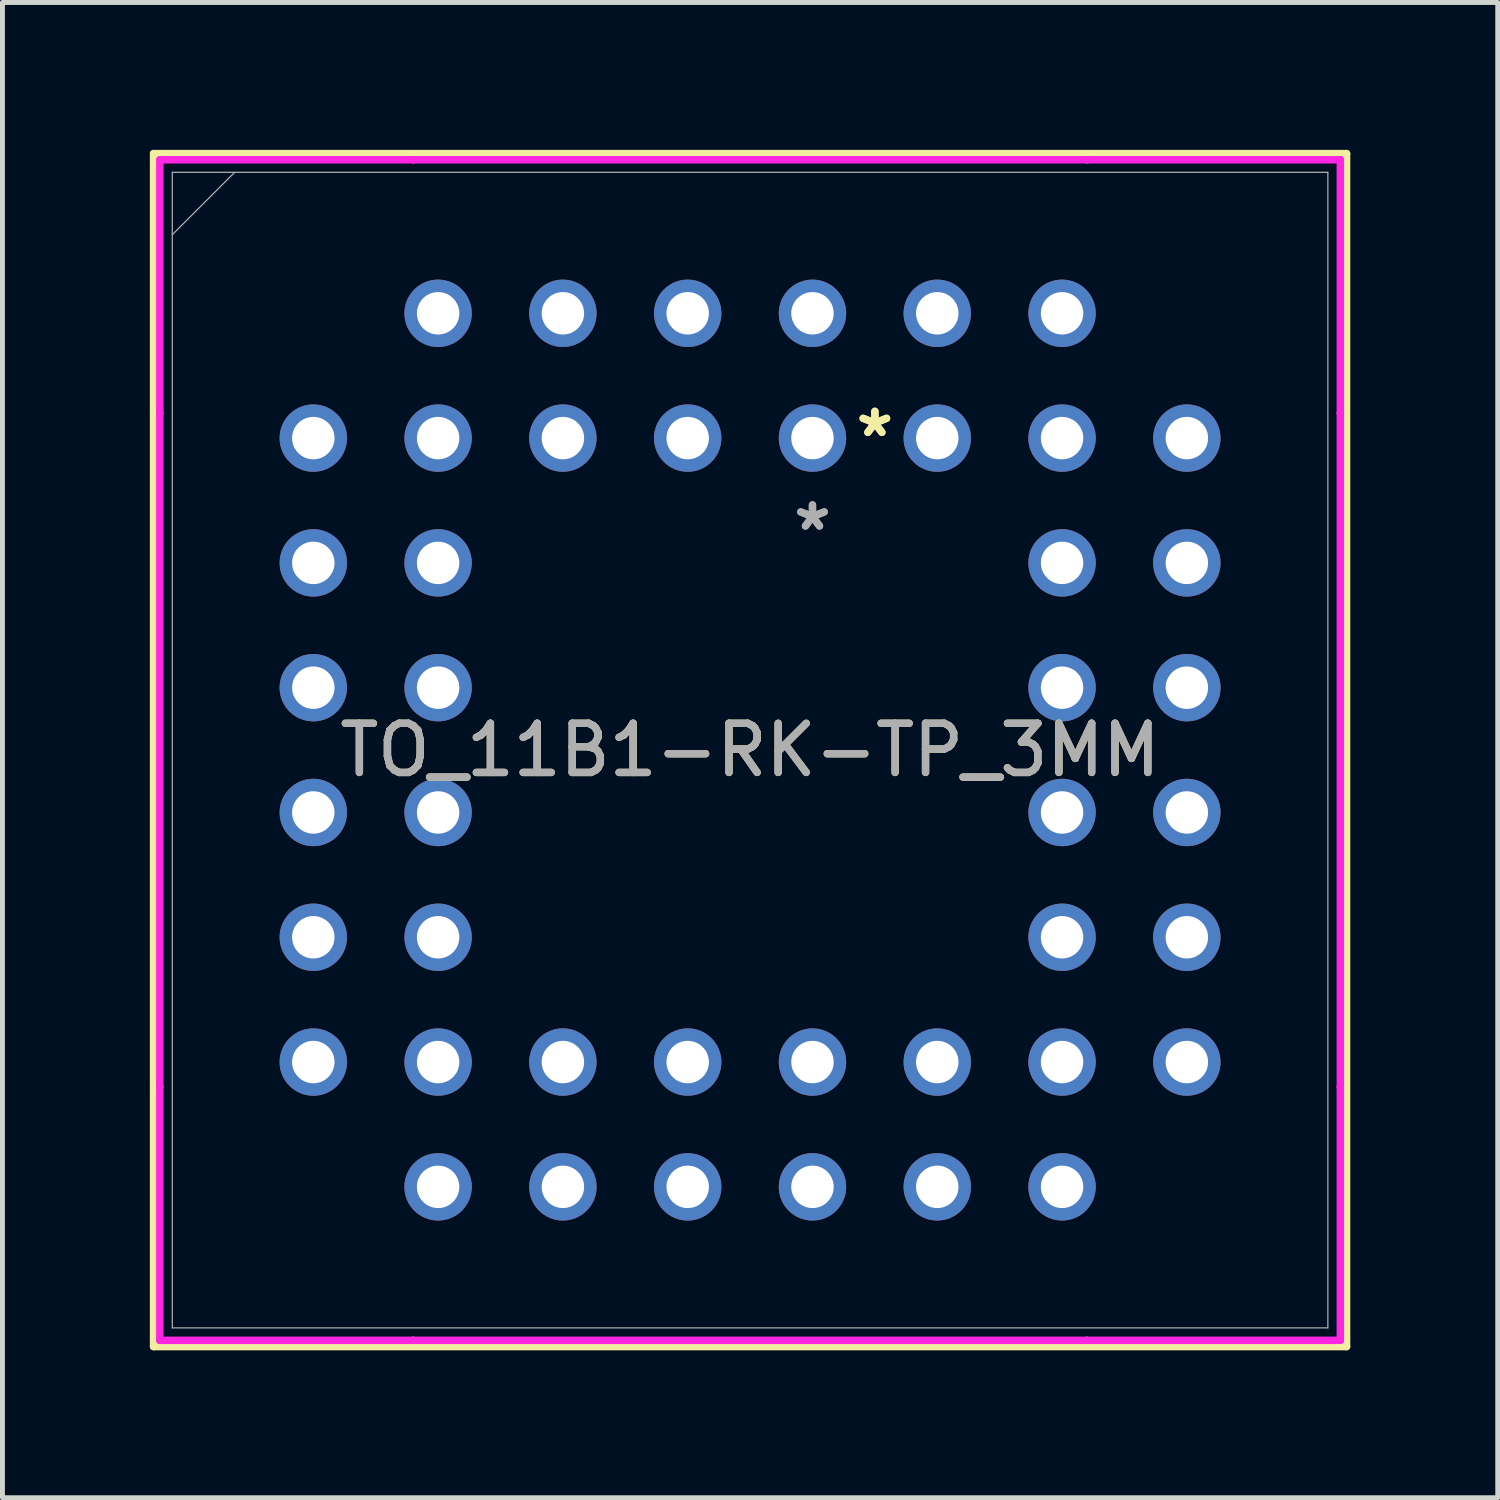
<source format=kicad_pcb>
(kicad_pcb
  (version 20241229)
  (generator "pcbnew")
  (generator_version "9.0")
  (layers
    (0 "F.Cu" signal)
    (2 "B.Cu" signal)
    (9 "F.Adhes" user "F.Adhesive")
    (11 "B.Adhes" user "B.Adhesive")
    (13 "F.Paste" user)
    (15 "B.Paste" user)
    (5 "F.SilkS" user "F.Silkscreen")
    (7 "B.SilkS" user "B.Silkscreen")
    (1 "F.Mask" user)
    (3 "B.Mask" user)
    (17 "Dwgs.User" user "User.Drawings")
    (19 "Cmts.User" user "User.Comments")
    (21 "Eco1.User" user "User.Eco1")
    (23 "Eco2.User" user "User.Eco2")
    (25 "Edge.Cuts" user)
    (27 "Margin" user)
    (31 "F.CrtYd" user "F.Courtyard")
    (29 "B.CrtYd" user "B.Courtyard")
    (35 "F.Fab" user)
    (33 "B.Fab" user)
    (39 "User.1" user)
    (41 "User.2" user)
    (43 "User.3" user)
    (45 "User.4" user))
  (footprint "TO_11B1-RK-TP_3MM"
    (layer "F.Cu")
    (at 13.487 5.867)
    (property "Reference" "TO_11B1-RK-TP_3MM" (at -1.27 6.35 0) (unlocked yes) (layer "F.SilkS") (effects (font (size 1 1) (thickness 0.15))))
    (attr through_hole)
    (fp_line (start -13.411 -5.791) (end -13.411 18.491) (stroke (width 0.152) (type solid)) (layer "F.SilkS"))
    (fp_line (start -13.411 18.491) (end 10.871 18.491) (stroke (width 0.152) (type solid)) (layer "F.SilkS"))
    (fp_line (start 10.871 -5.791) (end -13.411 -5.791) (stroke (width 0.152) (type solid)) (layer "F.SilkS"))
    (fp_line (start 10.871 18.491) (end 10.871 -5.791) (stroke (width 0.152) (type solid)) (layer "F.SilkS"))
    (fp_poly (pts (xy -0.191 15.05) (xy -0.191 15.303) (xy 0.191 15.303) (xy 0.191 15.05)) (stroke (width 0) (type solid)) (fill yes) (layer "F.SilkS"))
    (fp_poly (pts (xy 2.349 -2.349) (xy 2.349 -2.603) (xy 2.731 -2.603) (xy 2.731 -2.349)) (stroke (width 0) (type solid)) (fill yes) (layer "F.SilkS"))
    (fp_line (start -13.284 -5.664) (end -8.128 -5.664) (stroke (width 0.152) (type solid)) (layer "F.CrtYd"))
    (fp_line (start -13.284 -0.508) (end -13.284 -5.664) (stroke (width 0.152) (type solid)) (layer "F.CrtYd"))
    (fp_line (start -13.284 -0.508) (end -13.284 -0.508) (stroke (width 0.152) (type solid)) (layer "F.CrtYd"))
    (fp_line (start -13.284 13.208) (end -13.284 -0.508) (stroke (width 0.152) (type solid)) (layer "F.CrtYd"))
    (fp_line (start -13.284 13.208) (end -13.284 13.208) (stroke (width 0.152) (type solid)) (layer "F.CrtYd"))
    (fp_line (start -13.284 18.364) (end -13.284 13.208) (stroke (width 0.152) (type solid)) (layer "F.CrtYd"))
    (fp_line (start -8.128 -5.664) (end -8.128 -5.664) (stroke (width 0.152) (type solid)) (layer "F.CrtYd"))
    (fp_line (start -8.128 -5.664) (end 5.588 -5.664) (stroke (width 0.152) (type solid)) (layer "F.CrtYd"))
    (fp_line (start -8.128 18.364) (end -13.284 18.364) (stroke (width 0.152) (type solid)) (layer "F.CrtYd"))
    (fp_line (start -8.128 18.364) (end -8.128 18.364) (stroke (width 0.152) (type solid)) (layer "F.CrtYd"))
    (fp_line (start 5.588 -5.664) (end 5.588 -5.664) (stroke (width 0.152) (type solid)) (layer "F.CrtYd"))
    (fp_line (start 5.588 -5.664) (end 10.744 -5.664) (stroke (width 0.152) (type solid)) (layer "F.CrtYd"))
    (fp_line (start 5.588 18.364) (end -8.128 18.364) (stroke (width 0.152) (type solid)) (layer "F.CrtYd"))
    (fp_line (start 5.588 18.364) (end 5.588 18.364) (stroke (width 0.152) (type solid)) (layer "F.CrtYd"))
    (fp_line (start 10.744 -5.664) (end 10.744 -0.508) (stroke (width 0.152) (type solid)) (layer "F.CrtYd"))
    (fp_line (start 10.744 -0.508) (end 10.744 -0.508) (stroke (width 0.152) (type solid)) (layer "F.CrtYd"))
    (fp_line (start 10.744 -0.508) (end 10.744 13.208) (stroke (width 0.152) (type solid)) (layer "F.CrtYd"))
    (fp_line (start 10.744 13.208) (end 10.744 13.208) (stroke (width 0.152) (type solid)) (layer "F.CrtYd"))
    (fp_line (start 10.744 13.208) (end 10.744 18.364) (stroke (width 0.152) (type solid)) (layer "F.CrtYd"))
    (fp_line (start 10.744 18.364) (end 5.588 18.364) (stroke (width 0.152) (type solid)) (layer "F.CrtYd"))
    (fp_line (start -13.03 -5.41) (end -13.03 18.11) (stroke (width 0.025) (type solid)) (layer "F.Fab"))
    (fp_line (start -13.03 -4.14) (end -11.76 -5.41) (stroke (width 0.025) (type solid)) (layer "F.Fab"))
    (fp_line (start -13.03 18.11) (end 10.49 18.11) (stroke (width 0.025) (type solid)) (layer "F.Fab"))
    (fp_line (start 10.49 -5.41) (end -13.03 -5.41) (stroke (width 0.025) (type solid)) (layer "F.Fab"))
    (fp_line (start 10.49 18.11) (end 10.49 -5.41) (stroke (width 0.025) (type solid)) (layer "F.Fab"))
    (fp_text user "*" (at 1.27 0 0) (layer "F.SilkS") (effects (font (size 1 1) (thickness 0.15))))
    (fp_text user "*" (at 1.27 0 0) (unlocked yes) (layer "F.SilkS") (effects (font (size 1 1) (thickness 0.15))))
    (fp_text user "*" (at 0 1.905 0) (unlocked yes) (layer "F.Fab") (effects (font (size 1 1) (thickness 0.15))))
    (fp_text user "${REFERENCE}" (at -1.27 6.35 0) (unlocked yes) (layer "F.Fab") (effects (font (size 1 1) (thickness 0.15))))
    (fp_text user "*" (at 0 1.905 0) (layer "F.Fab") (effects (font (size 1 1) (thickness 0.15))))
    (pad "1" thru_hole circle (at 0 0) (size 1.372 1.372) (drill 0.864) (layers "*.Cu" "*.Mask"))
    (pad "2" thru_hole circle (at -2.54 -2.54) (size 1.372 1.372) (drill 0.864) (layers "*.Cu" "*.Mask"))
    (pad "3" thru_hole circle (at -2.54 0) (size 1.372 1.372) (drill 0.864) (layers "*.Cu" "*.Mask"))
    (pad "4" thru_hole circle (at -5.08 -2.54) (size 1.372 1.372) (drill 0.864) (layers "*.Cu" "*.Mask"))
    (pad "5" thru_hole circle (at -5.08 0) (size 1.372 1.372) (drill 0.864) (layers "*.Cu" "*.Mask"))
    (pad "6" thru_hole circle (at -7.62 -2.54) (size 1.372 1.372) (drill 0.864) (layers "*.Cu" "*.Mask"))
    (pad "7" thru_hole circle (at -10.16 0 90) (size 1.372 1.372) (drill 0.864) (layers "*.Cu" "*.Mask"))
    (pad "8" thru_hole circle (at -7.62 0 90) (size 1.372 1.372) (drill 0.864) (layers "*.Cu" "*.Mask"))
    (pad "9" thru_hole circle (at -10.16 2.54 90) (size 1.372 1.372) (drill 0.864) (layers "*.Cu" "*.Mask"))
    (pad "10" thru_hole circle (at -7.62 2.54 90) (size 1.372 1.372) (drill 0.864) (layers "*.Cu" "*.Mask"))
    (pad "11" thru_hole circle (at -10.16 5.08 90) (size 1.372 1.372) (drill 0.864) (layers "*.Cu" "*.Mask"))
    (pad "12" thru_hole circle (at -7.62 5.08 90) (size 1.372 1.372) (drill 0.864) (layers "*.Cu" "*.Mask"))
    (pad "13" thru_hole circle (at -10.16 7.62 90) (size 1.372 1.372) (drill 0.864) (layers "*.Cu" "*.Mask"))
    (pad "14" thru_hole circle (at -7.62 7.62 90) (size 1.372 1.372) (drill 0.864) (layers "*.Cu" "*.Mask"))
    (pad "15" thru_hole circle (at -10.16 10.16 90) (size 1.372 1.372) (drill 0.864) (layers "*.Cu" "*.Mask"))
    (pad "16" thru_hole circle (at -7.62 10.16 90) (size 1.372 1.372) (drill 0.864) (layers "*.Cu" "*.Mask"))
    (pad "17" thru_hole circle (at -10.16 12.7 90) (size 1.372 1.372) (drill 0.864) (layers "*.Cu" "*.Mask"))
    (pad "18" thru_hole circle (at -7.62 15.24) (size 1.372 1.372) (drill 0.864) (layers "*.Cu" "*.Mask"))
    (pad "19" thru_hole circle (at -7.62 12.7 90) (size 1.372 1.372) (drill 0.864) (layers "*.Cu" "*.Mask"))
    (pad "20" thru_hole circle (at -5.08 15.24) (size 1.372 1.372) (drill 0.864) (layers "*.Cu" "*.Mask"))
    (pad "21" thru_hole circle (at -5.08 12.7) (size 1.372 1.372) (drill 0.864) (layers "*.Cu" "*.Mask"))
    (pad "22" thru_hole circle (at -2.54 15.24) (size 1.372 1.372) (drill 0.864) (layers "*.Cu" "*.Mask"))
    (pad "23" thru_hole circle (at -2.54 12.7) (size 1.372 1.372) (drill 0.864) (layers "*.Cu" "*.Mask"))
    (pad "24" thru_hole circle (at 0 15.24) (size 1.372 1.372) (drill 0.864) (layers "*.Cu" "*.Mask"))
    (pad "25" thru_hole circle (at 0 12.7) (size 1.372 1.372) (drill 0.864) (layers "*.Cu" "*.Mask"))
    (pad "26" thru_hole circle (at 2.54 15.24) (size 1.372 1.372) (drill 0.864) (layers "*.Cu" "*.Mask"))
    (pad "27" thru_hole circle (at 2.54 12.7) (size 1.372 1.372) (drill 0.864) (layers "*.Cu" "*.Mask"))
    (pad "28" thru_hole circle (at 5.08 15.24) (size 1.372 1.372) (drill 0.864) (layers "*.Cu" "*.Mask"))
    (pad "29" thru_hole circle (at 7.62 12.7 90) (size 1.372 1.372) (drill 0.864) (layers "*.Cu" "*.Mask"))
    (pad "30" thru_hole circle (at 5.08 12.7 90) (size 1.372 1.372) (drill 0.864) (layers "*.Cu" "*.Mask"))
    (pad "31" thru_hole circle (at 7.62 10.16 90) (size 1.372 1.372) (drill 0.864) (layers "*.Cu" "*.Mask"))
    (pad "32" thru_hole circle (at 5.08 10.16 90) (size 1.372 1.372) (drill 0.864) (layers "*.Cu" "*.Mask"))
    (pad "33" thru_hole circle (at 7.62 7.62 90) (size 1.372 1.372) (drill 0.864) (layers "*.Cu" "*.Mask"))
    (pad "34" thru_hole circle (at 5.08 7.62 90) (size 1.372 1.372) (drill 0.864) (layers "*.Cu" "*.Mask"))
    (pad "35" thru_hole circle (at 7.62 5.08 90) (size 1.372 1.372) (drill 0.864) (layers "*.Cu" "*.Mask"))
    (pad "36" thru_hole circle (at 5.08 5.08 90) (size 1.372 1.372) (drill 0.864) (layers "*.Cu" "*.Mask"))
    (pad "37" thru_hole circle (at 7.62 2.54 90) (size 1.372 1.372) (drill 0.864) (layers "*.Cu" "*.Mask"))
    (pad "38" thru_hole circle (at 5.08 2.54 90) (size 1.372 1.372) (drill 0.864) (layers "*.Cu" "*.Mask"))
    (pad "39" thru_hole circle (at 7.62 0 90) (size 1.372 1.372) (drill 0.864) (layers "*.Cu" "*.Mask"))
    (pad "40" thru_hole circle (at 5.08 -2.54) (size 1.372 1.372) (drill 0.864) (layers "*.Cu" "*.Mask"))
    (pad "41" thru_hole circle (at 5.08 0 90) (size 1.372 1.372) (drill 0.864) (layers "*.Cu" "*.Mask"))
    (pad "42" thru_hole circle (at 2.54 -2.54) (size 1.372 1.372) (drill 0.864) (layers "*.Cu" "*.Mask"))
    (pad "43" thru_hole circle (at 2.54 0) (size 1.372 1.372) (drill 0.864) (layers "*.Cu" "*.Mask"))
    (pad "44" thru_hole circle (at 0 -2.54) (size 1.372 1.372) (drill 0.864) (layers "*.Cu" "*.Mask")))
  (gr_rect
    (start -3 -3)
    (end 27.435 27.435)
    (stroke (width 0.1) (type default))
    (fill no)
    (layer "Edge.Cuts")))
</source>
